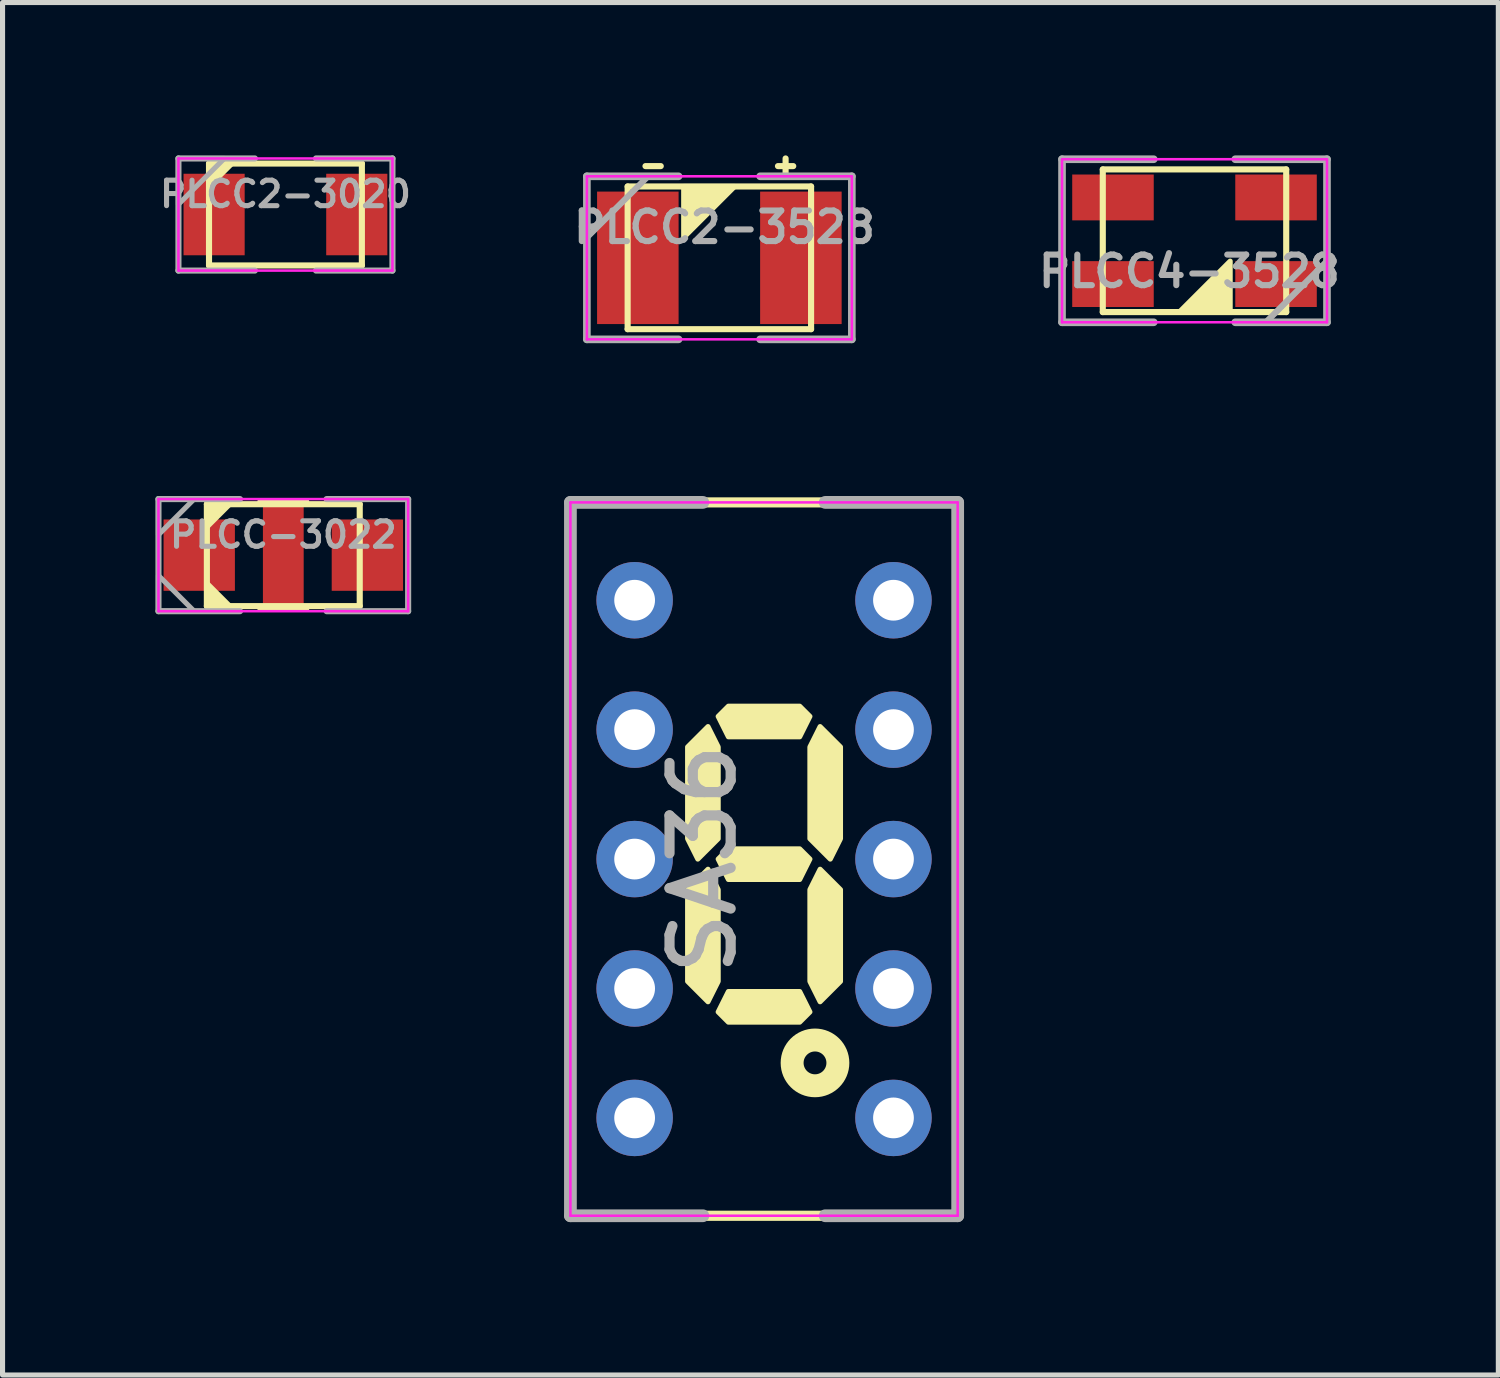
<source format=kicad_pcb>
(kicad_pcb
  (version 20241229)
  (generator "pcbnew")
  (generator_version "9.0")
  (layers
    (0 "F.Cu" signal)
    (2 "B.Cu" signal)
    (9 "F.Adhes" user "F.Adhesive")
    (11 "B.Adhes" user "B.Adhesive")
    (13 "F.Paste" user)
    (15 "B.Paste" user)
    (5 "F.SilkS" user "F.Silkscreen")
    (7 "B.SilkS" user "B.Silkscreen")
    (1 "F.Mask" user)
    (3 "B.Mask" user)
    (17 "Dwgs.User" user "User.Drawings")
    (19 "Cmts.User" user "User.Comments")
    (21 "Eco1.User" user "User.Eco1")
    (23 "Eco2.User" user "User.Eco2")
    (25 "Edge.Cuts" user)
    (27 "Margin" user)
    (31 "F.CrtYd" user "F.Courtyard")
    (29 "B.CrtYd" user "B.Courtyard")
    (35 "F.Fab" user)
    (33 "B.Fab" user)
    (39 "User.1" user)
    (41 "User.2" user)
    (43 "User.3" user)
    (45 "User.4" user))
  (footprint "PLCC2-3528"
    (layer "F.Cu")
    (at 11.068 2.01)
    (property "Reference" "PLCC2-3528" (at 0.1 -0.6 0) (layer "F.Fab") (effects (font (size 0.6 0.6) (thickness 0.12))))
    (attr smd)
    (fp_line (start -1.8 -1.4) (end 1.8 -1.4) (stroke (width 0.12) (type solid)) (layer "F.SilkS"))
    (fp_line (start -1.8 1.4) (end -1.8 -1.4) (stroke (width 0.12) (type solid)) (layer "F.SilkS"))
    (fp_line (start -1.45 -1.8) (end -1.15 -1.8) (stroke (width 0.12) (type solid)) (layer "F.SilkS"))
    (fp_line (start 1.15 -1.8) (end 1.45 -1.8) (stroke (width 0.12) (type solid)) (layer "F.SilkS"))
    (fp_line (start 1.3 -1.65) (end 1.3 -1.95) (stroke (width 0.12) (type solid)) (layer "F.SilkS"))
    (fp_line (start 1.8 -1.4) (end 1.8 1.4) (stroke (width 0.12) (type solid)) (layer "F.SilkS"))
    (fp_line (start 1.8 1.4) (end -1.8 1.4) (stroke (width 0.12) (type solid)) (layer "F.SilkS"))
    (fp_poly (pts (xy -0.7 -1.4) (xy -0.7 -0.4) (xy 0.3 -1.4)) (stroke (width 0.1) (type solid)) (fill yes) (layer "F.SilkS"))
    (fp_line (start -2.6 1.6) (end -2.6 -1.6) (stroke (width 0.05) (type solid)) (layer "F.CrtYd"))
    (fp_line (start 2.6 -1.6) (end -2.6 -1.6) (stroke (width 0.05) (type solid)) (layer "F.CrtYd"))
    (fp_line (start 2.6 1.6) (end -2.6 1.6) (stroke (width 0.05) (type solid)) (layer "F.CrtYd"))
    (fp_line (start 2.6 1.6) (end 2.6 -1.6) (stroke (width 0.05) (type solid)) (layer "F.CrtYd"))
    (fp_line (start -2.6 -1.6) (end -2.6 1.6) (stroke (width 0.15) (type solid)) (layer "F.Fab"))
    (fp_line (start -2.6 -0.4) (end -1.4 -1.6) (stroke (width 0.12) (type solid)) (layer "F.Fab"))
    (fp_line (start -2.6 1.6) (end -0.8 1.6) (stroke (width 0.15) (type solid)) (layer "F.Fab"))
    (fp_line (start -0.8 -1.6) (end -2.6 -1.6) (stroke (width 0.15) (type solid)) (layer "F.Fab"))
    (fp_line (start 2.6 -1.6) (end 0.8 -1.6) (stroke (width 0.15) (type solid)) (layer "F.Fab"))
    (fp_line (start 2.6 -1.6) (end 2.6 1.6) (stroke (width 0.15) (type solid)) (layer "F.Fab"))
    (fp_line (start 2.6 1.6) (end 0.8 1.6) (stroke (width 0.15) (type solid)) (layer "F.Fab"))
    (fp_poly (pts (xy -1.4 -1.6) (xy -2.6 -0.4) (xy -2.6 -1.6)) (stroke (width 0.1) (type solid)) (fill no) (layer "F.Fab"))
    (pad "1" smd rect (at -1.6 0) (size 1.6 2.6) (layers "F.Cu" "F.Mask" "F.Paste"))
    (pad "2" smd rect (at 1.6 0) (size 1.6 2.6) (layers "F.Cu" "F.Mask" "F.Paste")))
  (footprint "PLCC-3022"
    (layer "F.Cu")
    (at 2.51 7.845)
    (property "Reference" "PLCC-3022" (at 0 -0.4 0) (layer "F.Fab") (effects (font (size 0.5 0.5) (thickness 0.1))))
    (attr smd)
    (fp_line (start -1.5 1) (end -1.5 -1) (stroke (width 0.12) (type solid)) (layer "F.SilkS"))
    (fp_line (start -0.45 -1.05) (end 0.45 -1.05) (stroke (width 0.12) (type solid)) (layer "F.SilkS"))
    (fp_line (start -0.45 1.05) (end 0.45 1.05) (stroke (width 0.12) (type solid)) (layer "F.SilkS"))
    (fp_line (start 1.5 -1) (end -1.5 -1) (stroke (width 0.12) (type solid)) (layer "F.SilkS"))
    (fp_line (start 1.5 1) (end -1.5 1) (stroke (width 0.12) (type solid)) (layer "F.SilkS"))
    (fp_line (start 1.5 1) (end 1.5 -1) (stroke (width 0.12) (type solid)) (layer "F.SilkS"))
    (fp_poly (pts (xy -1.5 -0.55) (xy -1.5 -1) (xy -1.05 -1)) (stroke (width 0.1) (type solid)) (fill yes) (layer "F.SilkS"))
    (fp_poly (pts (xy -1.05 1) (xy -1.5 1) (xy -1.5 0.55)) (stroke (width 0.1) (type solid)) (fill yes) (layer "F.SilkS"))
    (fp_line (start -2.45 -1.1) (end -2.45 1.1) (stroke (width 0.05) (type solid)) (layer "F.CrtYd"))
    (fp_line (start 2.45 -1.1) (end -2.45 -1.1) (stroke (width 0.05) (type solid)) (layer "F.CrtYd"))
    (fp_line (start 2.45 -1.1) (end 2.45 1.1) (stroke (width 0.05) (type solid)) (layer "F.CrtYd"))
    (fp_line (start 2.45 1.1) (end -2.45 1.1) (stroke (width 0.05) (type solid)) (layer "F.CrtYd"))
    (fp_line (start -2.45 -1.1) (end -2.45 1.1) (stroke (width 0.12) (type solid)) (layer "F.Fab"))
    (fp_line (start -2.45 -1.1) (end -0.85 -1.1) (stroke (width 0.12) (type solid)) (layer "F.Fab"))
    (fp_line (start -2.45 1.1) (end -0.85 1.1) (stroke (width 0.12) (type solid)) (layer "F.Fab"))
    (fp_line (start 0.85 -1.1) (end 2.45 -1.1) (stroke (width 0.12) (type solid)) (layer "F.Fab"))
    (fp_line (start 0.85 1.1) (end 2.45 1.1) (stroke (width 0.12) (type solid)) (layer "F.Fab"))
    (fp_line (start 2.45 -1.1) (end 2.45 1.1) (stroke (width 0.12) (type solid)) (layer "F.Fab"))
    (fp_poly (pts (xy -2.45 0.4) (xy -1.75 1.1) (xy -2.45 1.1)) (stroke (width 0.1) (type solid)) (fill no) (layer "F.Fab"))
    (fp_poly (pts (xy -1.75 -1.1) (xy -2.45 -0.4) (xy -2.45 -1.1)) (stroke (width 0.1) (type solid)) (fill no) (layer "F.Fab"))
    (pad "" smd rect (at 0 0) (size 0.8 2) (layers "F.Cu" "F.Mask" "F.Paste"))
    (pad "1" smd rect (at -1.65 0) (size 1.4 1.4) (layers "F.Cu" "F.Mask" "F.Paste"))
    (pad "2" smd rect (at 1.65 0) (size 1.4 1.4) (layers "F.Cu" "F.Mask" "F.Paste")))
  (footprint "PLCC2-3020"
    (layer "F.Cu")
    (at 2.552 1.16)
    (property "Reference" "PLCC2-3020" (at 0 -0.4 0) (layer "F.Fab") (effects (font (size 0.5 0.5) (thickness 0.1))))
    (attr smd)
    (fp_line (start -1.5 1) (end -1.5 -1) (stroke (width 0.12) (type solid)) (layer "F.SilkS"))
    (fp_line (start 1.5 -1) (end -1.5 -1) (stroke (width 0.12) (type solid)) (layer "F.SilkS"))
    (fp_line (start 1.5 1) (end -1.5 1) (stroke (width 0.12) (type solid)) (layer "F.SilkS"))
    (fp_line (start 1.5 1) (end 1.5 -1) (stroke (width 0.12) (type solid)) (layer "F.SilkS"))
    (fp_poly (pts (xy -1.5 -0.55) (xy -1.5 -1) (xy -1.05 -1)) (stroke (width 0.1) (type solid)) (fill yes) (layer "F.SilkS"))
    (fp_line (start -2.1 -1.1) (end -2.1 1.1) (stroke (width 0.05) (type solid)) (layer "F.CrtYd"))
    (fp_line (start 2.1 -1.1) (end -2.1 -1.1) (stroke (width 0.05) (type solid)) (layer "F.CrtYd"))
    (fp_line (start 2.1 -1.1) (end 2.1 1.1) (stroke (width 0.05) (type solid)) (layer "F.CrtYd"))
    (fp_line (start 2.1 1.1) (end -2.1 1.1) (stroke (width 0.05) (type solid)) (layer "F.CrtYd"))
    (fp_line (start -2.1 -1.1) (end -2.1 1.1) (stroke (width 0.12) (type solid)) (layer "F.Fab"))
    (fp_line (start -2.1 -1.1) (end -0.6 -1.1) (stroke (width 0.12) (type solid)) (layer "F.Fab"))
    (fp_line (start -2.1 1.1) (end -0.6 1.1) (stroke (width 0.12) (type solid)) (layer "F.Fab"))
    (fp_line (start 0.6 -1.1) (end 2.1 -1.1) (stroke (width 0.12) (type solid)) (layer "F.Fab"))
    (fp_line (start 0.6 1.1) (end 2.1 1.1) (stroke (width 0.12) (type solid)) (layer "F.Fab"))
    (fp_line (start 2.1 -1.1) (end 2.1 1.1) (stroke (width 0.12) (type solid)) (layer "F.Fab"))
    (fp_poly (pts (xy -1.2 -1.1) (xy -2.1 -0.2) (xy -2.1 -1.1)) (stroke (width 0.1) (type solid)) (fill no) (layer "F.Fab"))
    (pad "1" smd rect (at -1.4 0) (size 1.2 1.6) (layers "F.Cu" "F.Mask" "F.Paste"))
    (pad "2" smd rect (at 1.4 0) (size 1.2 1.6) (layers "F.Cu" "F.Mask" "F.Paste")))
  (footprint "SA36"
    (layer "F.Cu")
    (at 11.945 13.81)
    (property "Reference" "SA36" (at -1.2 0 90) (layer "F.Fab") (effects (font (size 1.2 1.2) (thickness 0.2))))
    (attr through_hole)
    (fp_line (start -3.8 -7) (end -3.8 7) (stroke (width 0.2) (type solid)) (layer "F.SilkS"))
    (fp_line (start -3.8 -7) (end 3.8 -7) (stroke (width 0.2) (type solid)) (layer "F.SilkS"))
    (fp_line (start 3.8 7) (end -3.8 7) (stroke (width 0.2) (type solid)) (layer "F.SilkS"))
    (fp_line (start 3.8 7) (end 3.8 -7) (stroke (width 0.2) (type solid)) (layer "F.SilkS"))
    (fp_circle (center 1 4) (end 1.224 4) (stroke (width 0.45) (type solid)) (fill no) (layer "F.SilkS"))
    (fp_poly (pts (xy -0.9 -2.2) (xy -0.9 -0.4) (xy -1.3 0) (xy -1.5 -0.4) (xy -1.5 -2.2) (xy -1.1 -2.6)) (stroke (width 0.1) (type solid)) (fill yes) (layer "F.SilkS"))
    (fp_poly (pts (xy -0.9 0.6) (xy -0.9 2.4) (xy -1.1 2.8) (xy -1.5 2.4) (xy -1.5 0.6) (xy -1.1 0.2)) (stroke (width 0.1) (type solid)) (fill yes) (layer "F.SilkS"))
    (fp_poly (pts (xy 0.9 -2.8) (xy 0.7 -2.4) (xy -0.7 -2.4) (xy -0.9 -2.8) (xy -0.7 -3) (xy 0.7 -3)) (stroke (width 0.1) (type solid)) (fill yes) (layer "F.SilkS"))
    (fp_poly (pts (xy 0.9 0) (xy 0.7 0.4) (xy -0.7 0.4) (xy -0.9 0) (xy -0.7 -0.2) (xy 0.7 -0.2)) (stroke (width 0.1) (type solid)) (fill yes) (layer "F.SilkS"))
    (fp_poly (pts (xy 0.9 0.6) (xy 0.9 2.4) (xy 1.1 2.8) (xy 1.5 2.4) (xy 1.5 0.6) (xy 1.1 0.2)) (stroke (width 0.1) (type solid)) (fill yes) (layer "F.SilkS"))
    (fp_poly (pts (xy 0.9 3) (xy 0.7 3.2) (xy -0.7 3.2) (xy -0.9 3) (xy -0.7 2.6) (xy 0.7 2.6)) (stroke (width 0.1) (type solid)) (fill yes) (layer "F.SilkS"))
    (fp_poly (pts (xy 1.5 -0.4) (xy 1.5 -2.2) (xy 1.1 -2.6) (xy 0.9 -2.2) (xy 0.9 -0.4) (xy 1.3 0)) (stroke (width 0.1) (type solid)) (fill yes) (layer "F.SilkS"))
    (fp_line (start -3.8 -7) (end -3.8 7) (stroke (width 0.05) (type solid)) (layer "F.CrtYd"))
    (fp_line (start -3.8 7) (end 3.8 7) (stroke (width 0.05) (type solid)) (layer "F.CrtYd"))
    (fp_line (start 3.8 -7) (end -3.8 -7) (stroke (width 0.05) (type solid)) (layer "F.CrtYd"))
    (fp_line (start 3.8 7) (end 3.8 -7) (stroke (width 0.05) (type solid)) (layer "F.CrtYd"))
    (fp_line (start -3.8 -7) (end -3.8 7) (stroke (width 0.25) (type solid)) (layer "F.Fab"))
    (fp_line (start -3.8 7) (end -1.2 7) (stroke (width 0.25) (type solid)) (layer "F.Fab"))
    (fp_line (start -1.2 -7) (end -3.8 -7) (stroke (width 0.25) (type solid)) (layer "F.Fab"))
    (fp_line (start 1.2 7) (end 3.8 7) (stroke (width 0.25) (type solid)) (layer "F.Fab"))
    (fp_line (start 3.8 -7) (end 1.2 -7) (stroke (width 0.25) (type solid)) (layer "F.Fab"))
    (fp_line (start 3.8 7) (end 3.8 -7) (stroke (width 0.25) (type solid)) (layer "F.Fab"))
    (pad "1" thru_hole circle (at -2.54 -5.08) (size 1.5 1.5) (drill 0.8) (layers "*.Cu" "*.Mask"))
    (pad "2" thru_hole circle (at -2.54 -2.54) (size 1.5 1.5) (drill 0.8) (layers "*.Cu" "*.Mask"))
    (pad "3" thru_hole circle (at -2.54 0) (size 1.5 1.5) (drill 0.8) (layers "*.Cu" "*.Mask"))
    (pad "4" thru_hole circle (at -2.54 2.54) (size 1.5 1.5) (drill 0.8) (layers "*.Cu" "*.Mask"))
    (pad "5" thru_hole circle (at -2.54 5.08) (size 1.5 1.5) (drill 0.8) (layers "*.Cu" "*.Mask"))
    (pad "6" thru_hole circle (at 2.54 5.08) (size 1.5 1.5) (drill 0.8) (layers "*.Cu" "*.Mask"))
    (pad "7" thru_hole circle (at 2.54 2.54) (size 1.5 1.5) (drill 0.8) (layers "*.Cu" "*.Mask"))
    (pad "8" thru_hole circle (at 2.54 0) (size 1.5 1.5) (drill 0.8) (layers "*.Cu" "*.Mask"))
    (pad "9" thru_hole circle (at 2.54 -2.54) (size 1.5 1.5) (drill 0.8) (layers "*.Cu" "*.Mask"))
    (pad "10" thru_hole circle (at 2.54 -5.08) (size 1.5 1.5) (drill 0.8) (layers "*.Cu" "*.Mask")))
  (footprint "PLCC4-3528"
    (layer "F.Cu")
    (at 20.393 1.675)
    (property "Reference" "PLCC4-3528" (at -0.1 0.6 180) (layer "F.Fab") (effects (font (size 0.6 0.6) (thickness 0.12))))
    (attr smd)
    (fp_line (start -1.8 -1.4) (end 1.8 -1.4) (stroke (width 0.12) (type solid)) (layer "F.SilkS"))
    (fp_line (start -1.8 1.4) (end -1.8 -1.4) (stroke (width 0.12) (type solid)) (layer "F.SilkS"))
    (fp_line (start 1.8 -1.4) (end 1.8 1.4) (stroke (width 0.12) (type solid)) (layer "F.SilkS"))
    (fp_line (start 1.8 1.4) (end -1.8 1.4) (stroke (width 0.12) (type solid)) (layer "F.SilkS"))
    (fp_poly (pts (xy 0.7 1.4) (xy 0.7 0.4) (xy -0.3 1.4)) (stroke (width 0.1) (type solid)) (fill yes) (layer "F.SilkS"))
    (fp_line (start -2.6 -1.6) (end -2.6 1.6) (stroke (width 0.05) (type solid)) (layer "F.CrtYd"))
    (fp_line (start -2.6 -1.6) (end 2.6 -1.6) (stroke (width 0.05) (type solid)) (layer "F.CrtYd"))
    (fp_line (start -2.6 1.6) (end 2.6 1.6) (stroke (width 0.05) (type solid)) (layer "F.CrtYd"))
    (fp_line (start 2.6 -1.6) (end 2.6 1.6) (stroke (width 0.05) (type solid)) (layer "F.CrtYd"))
    (fp_line (start -2.6 -1.6) (end -0.8 -1.6) (stroke (width 0.15) (type solid)) (layer "F.Fab"))
    (fp_line (start -2.6 1.6) (end -2.6 -1.6) (stroke (width 0.15) (type solid)) (layer "F.Fab"))
    (fp_line (start -2.6 1.6) (end -0.8 1.6) (stroke (width 0.15) (type solid)) (layer "F.Fab"))
    (fp_line (start 0.8 1.6) (end 2.6 1.6) (stroke (width 0.15) (type solid)) (layer "F.Fab"))
    (fp_line (start 2.6 -1.6) (end 0.8 -1.6) (stroke (width 0.15) (type solid)) (layer "F.Fab"))
    (fp_line (start 2.6 0.4) (end 1.4 1.6) (stroke (width 0.12) (type solid)) (layer "F.Fab"))
    (fp_line (start 2.6 1.6) (end 2.6 -1.6) (stroke (width 0.15) (type solid)) (layer "F.Fab"))
    (fp_poly (pts (xy 1.4 1.6) (xy 2.6 0.4) (xy 2.6 1.6)) (stroke (width 0.1) (type solid)) (fill no) (layer "F.Fab"))
    (pad "1" smd rect (at -1.6 0.85 180) (size 1.6 0.9) (layers "F.Cu" "F.Mask" "F.Paste"))
    (pad "2" smd rect (at -1.6 -0.85 180) (size 1.6 0.9) (layers "F.Cu" "F.Mask" "F.Paste"))
    (pad "3" smd rect (at 1.6 -0.85 180) (size 1.6 0.9) (layers "F.Cu" "F.Mask" "F.Paste"))
    (pad "4" smd rect (at 1.6 0.85 180) (size 1.6 0.9) (layers "F.Cu" "F.Mask" "F.Paste")))
  (gr_rect
    (start -3 -3)
    (end 26.356 23.935)
    (stroke (width 0.1) (type default))
    (fill no)
    (layer "Edge.Cuts")))
</source>
